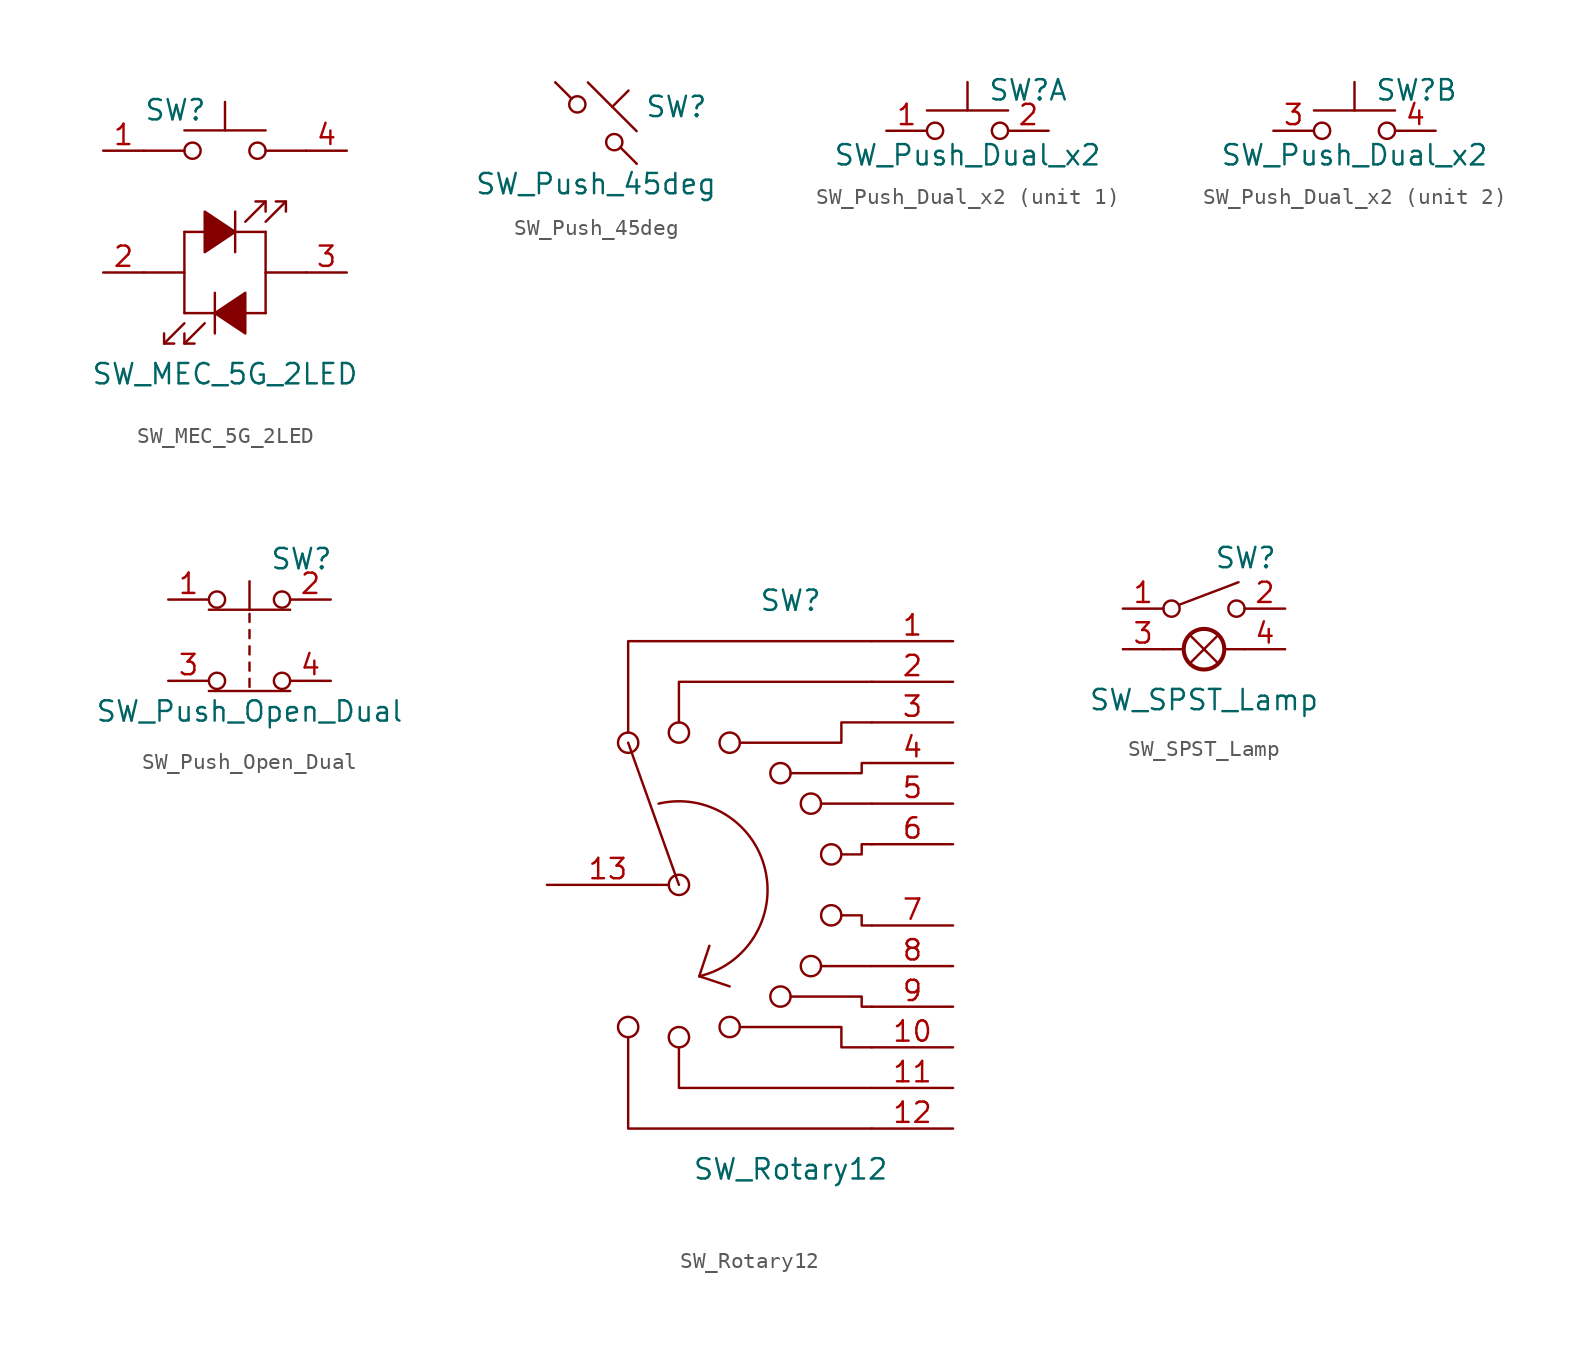
<source format=kicad_sym>
(kicad_symbol_lib
  (version 20220914)
  (generator kicad_symbol_editor)
  (symbol "SW_MEC_5G_2LED"
    (pin_names
      (offset 1.016) hide)
    (property "Reference" "SW"
      (at -5.08 7.62 0)
      (effects (font (size 1.27 1.27)) (justify left)))
    (property "Value" "SW_MEC_5G_2LED"
      (at 0 -8.89 0)
      (effects (font (size 1.27 1.27))))
    (symbol "SW_MEC_5G_2LED_0_0"
      (polyline (pts (xy -5.08 -2.54) (xy -2.54 -2.54)) (stroke (width 0) (type default)) (fill (type none)))
      (polyline (pts (xy -5.08 5.08) (xy -2.54 5.08)) (stroke (width 0) (type default)) (fill (type none)))
      (polyline (pts (xy -3.81 -6.985) (xy -2.54 -5.715)) (stroke (width 0) (type default)) (fill (type none)))
      (polyline (pts (xy -2.54 -6.985) (xy -1.27 -5.715)) (stroke (width 0) (type default)) (fill (type none)))
      (polyline (pts (xy -2.54 -5.08) (xy 2.54 -5.08)) (stroke (width 0) (type default)) (fill (type none)))
      (polyline (pts (xy -2.54 0) (xy -2.54 -5.08)) (stroke (width 0) (type default)) (fill (type none)))
      (polyline (pts (xy -0.635 -3.81) (xy -0.635 -6.35)) (stroke (width 0) (type default)) (fill (type none)))
      (polyline (pts (xy 0.635 1.27) (xy 0.635 -1.27)) (stroke (width 0) (type default)) (fill (type none)))
      (polyline (pts (xy 2.54 0) (xy -2.54 0)) (stroke (width 0) (type default)) (fill (type none)))
      (polyline (pts (xy 2.54 0) (xy 2.54 -5.08)) (stroke (width 0) (type default)) (fill (type none)))
      (polyline (pts (xy 2.54 1.905) (xy 1.27 0.635)) (stroke (width 0) (type default)) (fill (type none)))
      (polyline (pts (xy 2.54 5.08) (xy 5.08 5.08)) (stroke (width 0) (type default)) (fill (type none)))
      (polyline (pts (xy 3.81 1.905) (xy 2.54 0.635)) (stroke (width 0) (type default)) (fill (type none)))
      (polyline (pts (xy 5.08 -2.54) (xy 2.54 -2.54)) (stroke (width 0) (type default)) (fill (type none)))
      (polyline (pts (xy -3.81 -6.35) (xy -3.81 -6.985) (xy -3.175 -6.985)) (stroke (width 0) (type default)) (fill (type none)))
      (polyline (pts (xy -2.54 -6.35) (xy -2.54 -6.985) (xy -1.905 -6.985)) (stroke (width 0) (type default)) (fill (type none)))
      (polyline (pts (xy 2.54 1.27) (xy 2.54 1.905) (xy 1.905 1.905)) (stroke (width 0) (type default)) (fill (type none)))
      (polyline (pts (xy 3.81 1.27) (xy 3.81 1.905) (xy 3.175 1.905)) (stroke (width 0) (type default)) (fill (type none)))
      (polyline (pts (xy -0.635 -5.08) (xy 1.27 -3.81) (xy 1.27 -6.35) (xy -0.635 -5.08)) (stroke (width 0) (type default)) (fill (type outline)))
      (polyline (pts (xy 0.635 0) (xy -1.27 1.27) (xy -1.27 -1.27) (xy 0.635 0)) (stroke (width 0) (type default)) (fill (type outline))))
    (symbol "SW_MEC_5G_2LED_0_1"
      (circle (center -2.032 5.08) (radius 0.508) (stroke (width 0) (type default)) (fill (type none)))
      (polyline (pts (xy 0 6.35) (xy 0 8.128)) (stroke (width 0) (type default)) (fill (type none)))
      (polyline (pts (xy 2.54 6.35) (xy -2.54 6.35)) (stroke (width 0) (type default)) (fill (type none)))
      (circle (center 2.032 5.08) (radius 0.508) (stroke (width 0) (type default)) (fill (type none)))
      (pin passive line (at -7.62 5.08 0) (length 2.54) (name "1" (effects (font (size 1.27 1.27)))) (number "1" (effects (font (size 1.27 1.27)))))
      (pin passive line (at -7.62 -2.54 0) (length 2.54) (name "2" (effects (font (size 1.27 1.27)))) (number "2" (effects (font (size 1.27 1.27)))))
      (pin passive line (at 7.62 -2.54 180) (length 2.54) (name "K" (effects (font (size 1.27 1.27)))) (number "3" (effects (font (size 1.27 1.27)))))
      (pin passive line (at 7.62 5.08 180) (length 2.54) (name "A" (effects (font (size 1.27 1.27)))) (number "4" (effects (font (size 1.27 1.27)))))))
  (symbol "SW_Push_45deg"
    (pin_numbers hide)
    (pin_names
      (offset 1.016) hide)
    (property "Reference" "SW"
      (at 3.048 1.016 0)
      (effects (font (size 1.27 1.27)) (justify left)))
    (property "Value" "SW_Push_45deg"
      (at 0 -3.81 0)
      (effects (font (size 1.27 1.27))))
    (symbol "SW_Push_45deg_0_1"
      (circle (center -1.168 1.168) (radius 0.508) (stroke (width 0) (type default)) (fill (type none)))
      (polyline (pts (xy -0.508 2.54) (xy 2.54 -0.508)) (stroke (width 0) (type default)) (fill (type none)))
      (polyline (pts (xy 1.016 1.016) (xy 2.032 2.032)) (stroke (width 0) (type default)) (fill (type none)))
      (polyline (pts (xy -2.54 2.54) (xy -1.524 1.524) (xy -1.524 1.524)) (stroke (width 0) (type default)) (fill (type none)))
      (polyline (pts (xy 1.524 -1.524) (xy 2.54 -2.54) (xy 2.54 -2.54) (xy 2.54 -2.54)) (stroke (width 0) (type default)) (fill (type none)))
      (circle (center 1.143 -1.194) (radius 0.508) (stroke (width 0) (type default)) (fill (type none)))
      (pin passive line (at -2.54 2.54 0) (length 0) (name "1" (effects (font (size 1.27 1.27)))) (number "1" (effects (font (size 1.27 1.27)))))
      (pin passive line (at 2.54 -2.54 180) (length 0) (name "2" (effects (font (size 1.27 1.27)))) (number "2" (effects (font (size 1.27 1.27)))))))
  (symbol "SW_Push_Dual_x2"
    (pin_names
      (offset 1.016) hide)
    (property "Reference" "SW"
      (at 1.27 2.54 0)
      (effects (font (size 1.27 1.27)) (justify left)))
    (property "Value" "SW_Push_Dual_x2"
      (at 0 -1.524 0)
      (effects (font (size 1.27 1.27))))
    (symbol "SW_Push_Dual_x2_0_1"
      (circle (center -2.032 0) (radius 0.508) (stroke (width 0) (type default)) (fill (type none)))
      (polyline (pts (xy 0 1.27) (xy 0 3.048)) (stroke (width 0) (type default)) (fill (type none)))
      (polyline (pts (xy 2.54 1.27) (xy -2.54 1.27)) (stroke (width 0) (type default)) (fill (type none)))
      (circle (center 2.032 0) (radius 0.508) (stroke (width 0) (type default)) (fill (type none))))
    (symbol "SW_Push_Dual_x2_1_1"
      (pin passive line (at -5.08 0 0) (length 2.54) (name "C" (effects (font (size 1.27 1.27)))) (number "1" (effects (font (size 1.27 1.27)))))
      (pin passive line (at 5.08 0 180) (length 2.54) (name "D" (effects (font (size 1.27 1.27)))) (number "2" (effects (font (size 1.27 1.27))))))
    (symbol "SW_Push_Dual_x2_2_1"
      (pin passive line (at -5.08 0 0) (length 2.54) (name "C" (effects (font (size 1.27 1.27)))) (number "3" (effects (font (size 1.27 1.27)))))
      (pin passive line (at 5.08 0 180) (length 2.54) (name "D" (effects (font (size 1.27 1.27)))) (number "4" (effects (font (size 1.27 1.27)))))))
  (symbol "SW_Push_Open_Dual"
    (pin_names
      (offset 1.016) hide)
    (property "Reference" "SW"
      (at 1.27 2.54 0)
      (effects (font (size 1.27 1.27)) (justify left)))
    (property "Value" "SW_Push_Open_Dual"
      (at 0 -6.985 0)
      (effects (font (size 1.27 1.27))))
    (symbol "SW_Push_Open_Dual_0_1"
      (circle (center -2.032 -5.08) (radius 0.508) (stroke (width 0) (type default)) (fill (type none)))
      (circle (center -2.032 0) (radius 0.508) (stroke (width 0) (type default)) (fill (type none)))
      (polyline (pts (xy 0 -4.953) (xy 0 -5.461)) (stroke (width 0) (type default)) (fill (type none)))
      (polyline (pts (xy 0 -3.937) (xy 0 -4.445)) (stroke (width 0) (type default)) (fill (type none)))
      (polyline (pts (xy 0 -3.429) (xy 0 -2.921)) (stroke (width 0) (type default)) (fill (type none)))
      (polyline (pts (xy 0 -2.413) (xy 0 -1.905)) (stroke (width 0) (type default)) (fill (type none)))
      (polyline (pts (xy 0 -1.397) (xy 0 -0.889)) (stroke (width 0) (type default)) (fill (type none)))
      (polyline (pts (xy 0 -0.635) (xy 0 1.143)) (stroke (width 0) (type default)) (fill (type none)))
      (polyline (pts (xy 2.54 -5.715) (xy -2.54 -5.715)) (stroke (width 0) (type default)) (fill (type none)))
      (polyline (pts (xy 2.54 -0.635) (xy -2.54 -0.635)) (stroke (width 0) (type default)) (fill (type none)))
      (circle (center 2.032 -5.08) (radius 0.508) (stroke (width 0) (type default)) (fill (type none)))
      (circle (center 2.032 0) (radius 0.508) (stroke (width 0) (type default)) (fill (type none)))
      (pin passive line (at -5.08 0 0) (length 2.54) (name "1" (effects (font (size 1.27 1.27)))) (number "1" (effects (font (size 1.27 1.27)))))
      (pin passive line (at 5.08 0 180) (length 2.54) (name "2" (effects (font (size 1.27 1.27)))) (number "2" (effects (font (size 1.27 1.27)))))
      (pin passive line (at -5.08 -5.08 0) (length 2.54) (name "3" (effects (font (size 1.27 1.27)))) (number "3" (effects (font (size 1.27 1.27)))))
      (pin passive line (at 5.08 -5.08 180) (length 2.54) (name "4" (effects (font (size 1.27 1.27)))) (number "4" (effects (font (size 1.27 1.27)))))))
  (symbol "SW_Rotary12"
    (pin_names
      (offset 1.016) hide)
    (property "Reference" "SW"
      (at 0 17.78 0)
      (effects (font (size 1.27 1.27))))
    (property "Value" "SW_Rotary12"
      (at 0 -17.78 0)
      (effects (font (size 1.27 1.27))))
    (symbol "SW_Rotary12_0_0"
      (circle (center -10.16 -8.89) (radius 0.635) (stroke (width 0) (type default)) (fill (type none)))
      (circle (center -10.16 8.89) (radius 0.635) (stroke (width 0) (type default)) (fill (type none)))
      (circle (center -6.985 -9.525) (radius 0.635) (stroke (width 0) (type default)) (fill (type none)))
      (circle (center -6.985 0) (radius 0.635) (stroke (width 0) (type default)) (fill (type none)))
      (circle (center -6.985 9.525) (radius 0.635) (stroke (width 0) (type default)) (fill (type none)))
      (arc (start -5.715 -5.715) (mid -1.5995 0.937) (end -8.255 5.08) (stroke (width 0) (type default)) (fill (type none)))
      (circle (center -3.81 -8.89) (radius 0.635) (stroke (width 0) (type default)) (fill (type none)))
      (circle (center -3.81 8.89) (radius 0.635) (stroke (width 0) (type default)) (fill (type none)))
      (circle (center -0.635 -6.985) (radius 0.635) (stroke (width 0) (type default)) (fill (type none)))
      (circle (center -0.635 6.985) (radius 0.635) (stroke (width 0) (type default)) (fill (type none)))
      (polyline (pts (xy -6.985 0) (xy -10.16 8.89)) (stroke (width 0) (type default)) (fill (type none)))
      (polyline (pts (xy -5.715 -5.715) (xy -5.08 -3.81)) (stroke (width 0) (type default)) (fill (type none)))
      (polyline (pts (xy -5.715 -5.715) (xy -3.81 -6.35)) (stroke (width 0) (type default)) (fill (type none)))
      (polyline (pts (xy 1.905 -5.08) (xy 5.08 -5.08)) (stroke (width 0) (type default)) (fill (type none)))
      (polyline (pts (xy 1.905 5.08) (xy 5.08 5.08)) (stroke (width 0) (type default)) (fill (type none)))
      (polyline (pts (xy -10.16 -9.525) (xy -10.16 -15.24) (xy 5.08 -15.24)) (stroke (width 0) (type default)) (fill (type none)))
      (polyline (pts (xy -10.16 9.525) (xy -10.16 15.24) (xy 5.08 15.24)) (stroke (width 0) (type default)) (fill (type none)))
      (polyline (pts (xy -6.985 -10.16) (xy -6.985 -12.7) (xy 5.08 -12.7)) (stroke (width 0) (type default)) (fill (type none)))
      (polyline (pts (xy -6.985 10.16) (xy -6.985 12.7) (xy 5.08 12.7)) (stroke (width 0) (type default)) (fill (type none)))
      (polyline (pts (xy -3.175 -8.89) (xy 3.175 -8.89) (xy 3.175 -10.16) (xy 5.08 -10.16)) (stroke (width 0) (type default)) (fill (type none)))
      (polyline (pts (xy -3.175 8.89) (xy 3.175 8.89) (xy 3.175 10.16) (xy 5.08 10.16)) (stroke (width 0) (type default)) (fill (type none)))
      (polyline (pts (xy 0 -6.985) (xy 4.445 -6.985) (xy 4.445 -7.62) (xy 5.08 -7.62)) (stroke (width 0) (type default)) (fill (type none)))
      (polyline (pts (xy 0 6.985) (xy 4.445 6.985) (xy 4.445 7.62) (xy 5.08 7.62)) (stroke (width 0) (type default)) (fill (type none)))
      (polyline (pts (xy 3.175 -1.905) (xy 4.445 -1.905) (xy 4.445 -2.54) (xy 5.08 -2.54)) (stroke (width 0) (type default)) (fill (type none)))
      (polyline (pts (xy 3.175 1.905) (xy 4.445 1.905) (xy 4.445 2.54) (xy 5.08 2.54)) (stroke (width 0) (type default)) (fill (type none)))
      (circle (center 1.27 -5.08) (radius 0.635) (stroke (width 0) (type default)) (fill (type none)))
      (circle (center 1.27 5.08) (radius 0.635) (stroke (width 0) (type default)) (fill (type none)))
      (circle (center 2.54 -1.905) (radius 0.635) (stroke (width 0) (type default)) (fill (type none)))
      (circle (center 2.54 1.905) (radius 0.635) (stroke (width 0) (type default)) (fill (type none))))
    (symbol "SW_Rotary12_0_1"
      (pin passive line (at 10.16 15.24 180) (length 5.08) (name "1" (effects (font (size 1.27 1.27)))) (number "1" (effects (font (size 1.27 1.27)))))
      (pin passive line (at 10.16 -10.16 180) (length 5.08) (name "10" (effects (font (size 1.27 1.27)))) (number "10" (effects (font (size 1.27 1.27)))))
      (pin passive line (at 10.16 -12.7 180) (length 5.08) (name "11" (effects (font (size 1.27 1.27)))) (number "11" (effects (font (size 1.27 1.27)))))
      (pin passive line (at 10.16 -15.24 180) (length 5.08) (name "12" (effects (font (size 1.27 1.27)))) (number "12" (effects (font (size 1.27 1.27)))))
      (pin passive line (at -15.24 0 0) (length 7.62) (name "13" (effects (font (size 1.27 1.27)))) (number "13" (effects (font (size 1.27 1.27)))))
      (pin passive line (at 10.16 12.7 180) (length 5.08) (name "2" (effects (font (size 1.27 1.27)))) (number "2" (effects (font (size 1.27 1.27)))))
      (pin passive line (at 10.16 10.16 180) (length 5.08) (name "3" (effects (font (size 1.27 1.27)))) (number "3" (effects (font (size 1.27 1.27)))))
      (pin passive line (at 10.16 7.62 180) (length 5.08) (name "4" (effects (font (size 1.27 1.27)))) (number "4" (effects (font (size 1.27 1.27)))))
      (pin passive line (at 10.16 5.08 180) (length 5.08) (name "5" (effects (font (size 1.27 1.27)))) (number "5" (effects (font (size 1.27 1.27)))))
      (pin passive line (at 10.16 2.54 180) (length 5.08) (name "6" (effects (font (size 1.27 1.27)))) (number "6" (effects (font (size 1.27 1.27)))))
      (pin passive line (at 10.16 -2.54 180) (length 5.08) (name "7" (effects (font (size 1.27 1.27)))) (number "7" (effects (font (size 1.27 1.27)))))
      (pin passive line (at 10.16 -5.08 180) (length 5.08) (name "8" (effects (font (size 1.27 1.27)))) (number "8" (effects (font (size 1.27 1.27)))))
      (pin passive line (at 10.16 -7.62 180) (length 5.08) (name "9" (effects (font (size 1.27 1.27)))) (number "9" (effects (font (size 1.27 1.27)))))))
  (symbol "SW_SPST_Lamp"
    (pin_names
      (offset 1.016) hide)
    (property "Reference" "SW"
      (at 0.635 5.715 0)
      (effects (font (size 1.27 1.27)) (justify left)))
    (property "Value" "SW_SPST_Lamp"
      (at 0 -3.175 0)
      (effects (font (size 1.27 1.27))))
    (symbol "SW_SPST_Lamp_0_1"
      (circle (center -2.032 2.54) (radius 0.508) (stroke (width 0) (type default)) (fill (type none)))
      (polyline (pts (xy -2.54 0) (xy -1.27 0)) (stroke (width 0) (type default)) (fill (type none)))
      (polyline (pts (xy -1.524 2.794) (xy 2.159 4.191)) (stroke (width 0) (type default)) (fill (type none)))
      (polyline (pts (xy -0.889 -0.889) (xy 0.889 0.889)) (stroke (width 0) (type default)) (fill (type none)))
      (polyline (pts (xy 0.889 -0.889) (xy -0.889 0.889)) (stroke (width 0) (type default)) (fill (type none)))
      (polyline (pts (xy 2.54 0) (xy 1.27 0)) (stroke (width 0) (type default)) (fill (type none)))
      (circle (center 0 0) (radius 1.27) (stroke (width 0.254) (type default)) (fill (type none)))
      (circle (center 2.032 2.54) (radius 0.508) (stroke (width 0) (type default)) (fill (type none)))
      (pin passive line (at -5.08 2.54 0) (length 2.54) (name "1" (effects (font (size 1.27 1.27)))) (number "1" (effects (font (size 1.27 1.27)))))
      (pin passive line (at 5.08 2.54 180) (length 2.54) (name "2" (effects (font (size 1.27 1.27)))) (number "2" (effects (font (size 1.27 1.27)))))
      (pin passive line (at -5.08 0 0) (length 2.54) (name "L" (effects (font (size 1.27 1.27)))) (number "3" (effects (font (size 1.27 1.27)))))
      (pin passive line (at 5.08 0 180) (length 2.54) (name "L" (effects (font (size 1.27 1.27)))) (number "4" (effects (font (size 1.27 1.27))))))))
</source>
